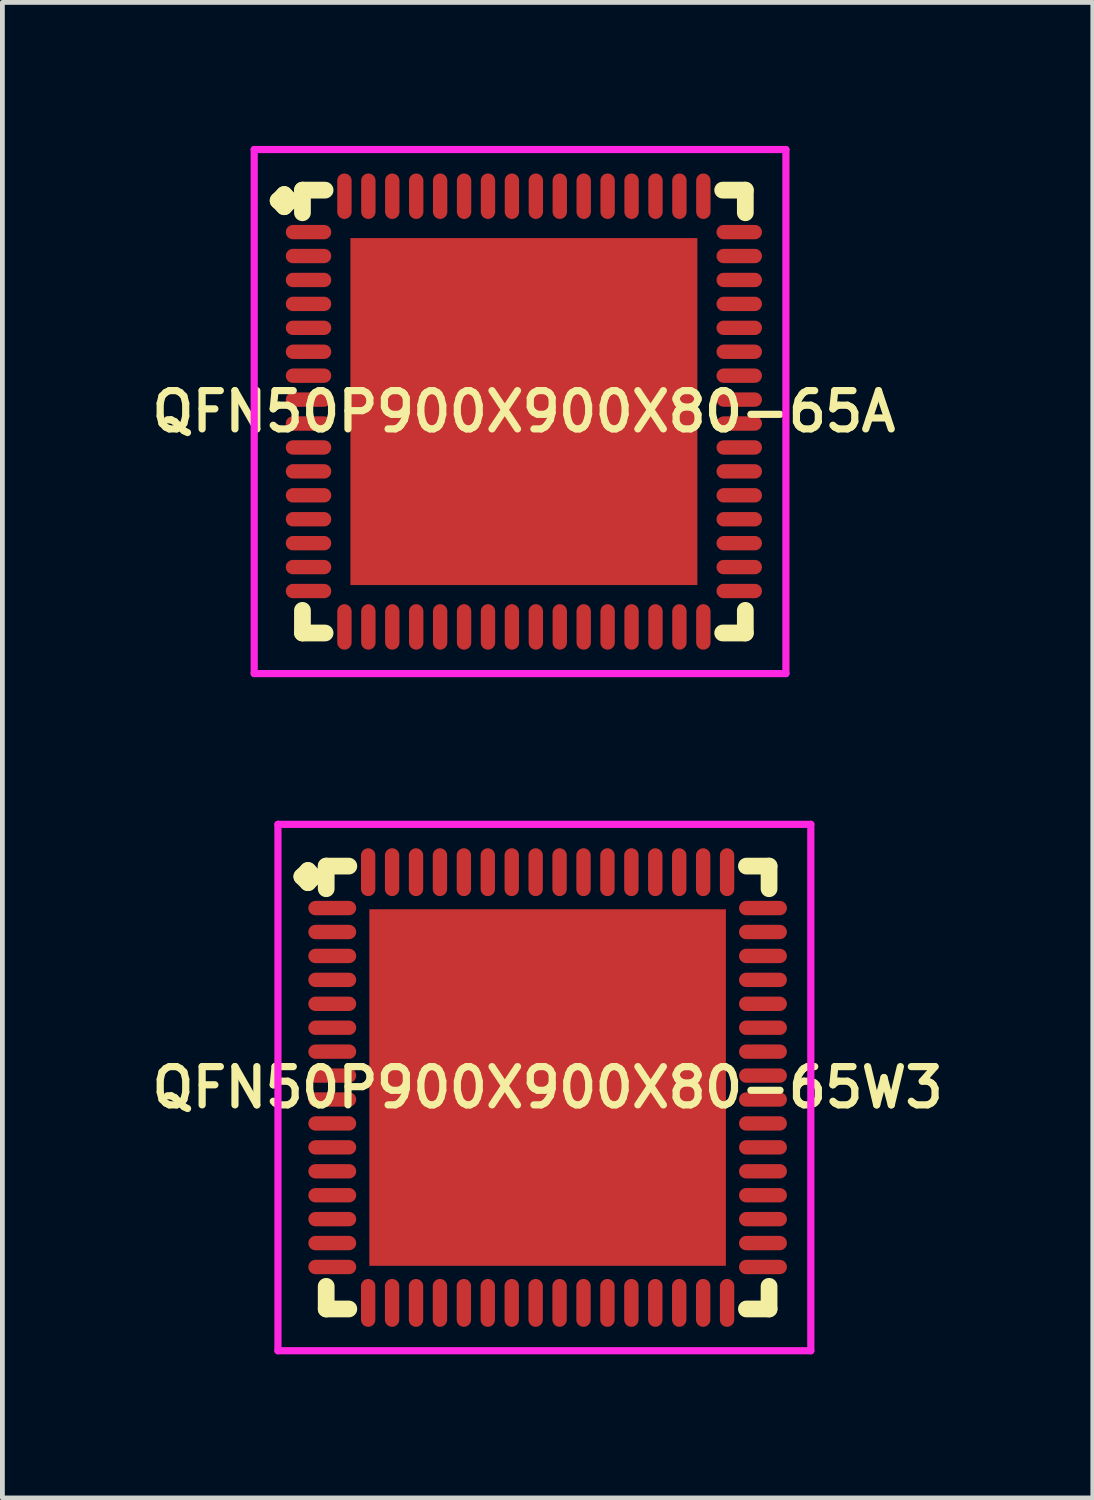
<source format=kicad_pcb>
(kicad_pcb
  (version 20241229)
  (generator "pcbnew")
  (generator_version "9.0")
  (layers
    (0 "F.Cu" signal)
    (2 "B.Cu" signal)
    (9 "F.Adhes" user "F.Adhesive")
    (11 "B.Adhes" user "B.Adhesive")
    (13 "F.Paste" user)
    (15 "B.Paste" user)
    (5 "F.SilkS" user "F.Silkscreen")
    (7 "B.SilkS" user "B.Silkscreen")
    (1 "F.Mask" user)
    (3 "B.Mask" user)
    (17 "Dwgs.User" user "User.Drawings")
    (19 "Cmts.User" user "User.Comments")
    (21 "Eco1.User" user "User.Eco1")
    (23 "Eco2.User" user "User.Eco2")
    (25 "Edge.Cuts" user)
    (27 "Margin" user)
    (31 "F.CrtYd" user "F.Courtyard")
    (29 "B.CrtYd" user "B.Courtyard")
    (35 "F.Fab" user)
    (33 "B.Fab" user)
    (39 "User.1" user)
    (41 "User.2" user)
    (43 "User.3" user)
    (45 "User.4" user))
  (footprint "QFN50P900X900X80-65W3"
    (layer "F.Cu")
    (at 8.393 19.675)
    (property "Reference" "QFN50P900X900X80-65W3" (at 0 0 0) (layer "F.SilkS") (effects (font (size 0.8 0.8) (thickness 0.15))))
    (attr smd)
    (fp_line (start -5.135 -4.408) (end -5.008 -4.535) (stroke (width 0.35) (type solid)) (layer "F.SilkS"))
    (fp_line (start -5.008 -4.535) (end -4.881 -4.408) (stroke (width 0.35) (type solid)) (layer "F.SilkS"))
    (fp_line (start -5.008 -4.281) (end -5.135 -4.408) (stroke (width 0.35) (type solid)) (layer "F.SilkS"))
    (fp_line (start -4.881 -4.408) (end -5.008 -4.281) (stroke (width 0.35) (type solid)) (layer "F.SilkS"))
    (fp_line (start -4.627 -4.627) (end -4.154 -4.627) (stroke (width 0.35) (type solid)) (layer "F.SilkS"))
    (fp_line (start -4.627 -4.154) (end -4.627 -4.627) (stroke (width 0.35) (type solid)) (layer "F.SilkS"))
    (fp_line (start -4.627 4.154) (end -4.627 4.627) (stroke (width 0.35) (type solid)) (layer "F.SilkS"))
    (fp_line (start -4.627 4.627) (end -4.154 4.627) (stroke (width 0.35) (type solid)) (layer "F.SilkS"))
    (fp_line (start 4.154 -4.627) (end 4.627 -4.627) (stroke (width 0.35) (type solid)) (layer "F.SilkS"))
    (fp_line (start 4.154 4.627) (end 4.627 4.627) (stroke (width 0.35) (type solid)) (layer "F.SilkS"))
    (fp_line (start 4.627 -4.627) (end 4.627 -4.154) (stroke (width 0.35) (type solid)) (layer "F.SilkS"))
    (fp_line (start 4.627 4.627) (end 4.627 4.154) (stroke (width 0.35) (type solid)) (layer "F.SilkS"))
    (fp_line (start -5.635 -5.5) (end 5.5 -5.5) (stroke (width 0.15) (type solid)) (layer "F.CrtYd"))
    (fp_line (start -5.635 5.5) (end -5.635 -5.5) (stroke (width 0.15) (type solid)) (layer "F.CrtYd"))
    (fp_line (start 5.5 -5.5) (end 5.5 5.5) (stroke (width 0.15) (type solid)) (layer "F.CrtYd"))
    (fp_line (start 5.5 5.5) (end -5.635 5.5) (stroke (width 0.15) (type solid)) (layer "F.CrtYd"))
    (pad "1" smd oval (at -4.5 -3.75) (size 1 0.3) (layers "F.Cu" "F.Mask" "F.Paste"))
    (pad "2" smd oval (at -4.5 -3.25) (size 1 0.3) (layers "F.Cu" "F.Mask" "F.Paste"))
    (pad "3" smd oval (at -4.5 -2.75) (size 1 0.3) (layers "F.Cu" "F.Mask" "F.Paste"))
    (pad "4" smd oval (at -4.5 -2.25) (size 1 0.3) (layers "F.Cu" "F.Mask" "F.Paste"))
    (pad "5" smd oval (at -4.5 -1.75) (size 1 0.3) (layers "F.Cu" "F.Mask" "F.Paste"))
    (pad "6" smd oval (at -4.5 -1.25) (size 1 0.3) (layers "F.Cu" "F.Mask" "F.Paste"))
    (pad "7" smd oval (at -4.5 -0.75) (size 1 0.3) (layers "F.Cu" "F.Mask" "F.Paste"))
    (pad "8" smd oval (at -4.5 -0.25) (size 1 0.3) (layers "F.Cu" "F.Mask" "F.Paste"))
    (pad "9" smd oval (at -4.5 0.25) (size 1 0.3) (layers "F.Cu" "F.Mask" "F.Paste"))
    (pad "10" smd oval (at -4.5 0.75) (size 1 0.3) (layers "F.Cu" "F.Mask" "F.Paste"))
    (pad "11" smd oval (at -4.5 1.25) (size 1 0.3) (layers "F.Cu" "F.Mask" "F.Paste"))
    (pad "12" smd oval (at -4.5 1.75) (size 1 0.3) (layers "F.Cu" "F.Mask" "F.Paste"))
    (pad "13" smd oval (at -4.5 2.25) (size 1 0.3) (layers "F.Cu" "F.Mask" "F.Paste"))
    (pad "14" smd oval (at -4.5 2.75) (size 1 0.3) (layers "F.Cu" "F.Mask" "F.Paste"))
    (pad "15" smd oval (at -4.5 3.25) (size 1 0.3) (layers "F.Cu" "F.Mask" "F.Paste"))
    (pad "16" smd oval (at -4.5 3.75) (size 1 0.3) (layers "F.Cu" "F.Mask" "F.Paste"))
    (pad "17" smd oval (at -3.75 4.5) (size 0.3 1) (layers "F.Cu" "F.Mask" "F.Paste"))
    (pad "18" smd oval (at -3.25 4.5) (size 0.3 1) (layers "F.Cu" "F.Mask" "F.Paste"))
    (pad "19" smd oval (at -2.75 4.5) (size 0.3 1) (layers "F.Cu" "F.Mask" "F.Paste"))
    (pad "20" smd oval (at -2.25 4.5) (size 0.3 1) (layers "F.Cu" "F.Mask" "F.Paste"))
    (pad "21" smd oval (at -1.75 4.5) (size 0.3 1) (layers "F.Cu" "F.Mask" "F.Paste"))
    (pad "22" smd oval (at -1.25 4.5) (size 0.3 1) (layers "F.Cu" "F.Mask" "F.Paste"))
    (pad "23" smd oval (at -0.75 4.5) (size 0.3 1) (layers "F.Cu" "F.Mask" "F.Paste"))
    (pad "24" smd oval (at -0.25 4.5) (size 0.3 1) (layers "F.Cu" "F.Mask" "F.Paste"))
    (pad "25" smd oval (at 0.25 4.5) (size 0.3 1) (layers "F.Cu" "F.Mask" "F.Paste"))
    (pad "26" smd oval (at 0.75 4.5) (size 0.3 1) (layers "F.Cu" "F.Mask" "F.Paste"))
    (pad "27" smd oval (at 1.25 4.5) (size 0.3 1) (layers "F.Cu" "F.Mask" "F.Paste"))
    (pad "28" smd oval (at 1.75 4.5) (size 0.3 1) (layers "F.Cu" "F.Mask" "F.Paste"))
    (pad "29" smd oval (at 2.25 4.5) (size 0.3 1) (layers "F.Cu" "F.Mask" "F.Paste"))
    (pad "30" smd oval (at 2.75 4.5) (size 0.3 1) (layers "F.Cu" "F.Mask" "F.Paste"))
    (pad "31" smd oval (at 3.25 4.5) (size 0.3 1) (layers "F.Cu" "F.Mask" "F.Paste"))
    (pad "32" smd oval (at 3.75 4.5) (size 0.3 1) (layers "F.Cu" "F.Mask" "F.Paste"))
    (pad "33" smd oval (at 4.5 3.75) (size 1 0.3) (layers "F.Cu" "F.Mask" "F.Paste"))
    (pad "34" smd oval (at 4.5 3.25) (size 1 0.3) (layers "F.Cu" "F.Mask" "F.Paste"))
    (pad "35" smd oval (at 4.5 2.75) (size 1 0.3) (layers "F.Cu" "F.Mask" "F.Paste"))
    (pad "36" smd oval (at 4.5 2.25) (size 1 0.3) (layers "F.Cu" "F.Mask" "F.Paste"))
    (pad "37" smd oval (at 4.5 1.75) (size 1 0.3) (layers "F.Cu" "F.Mask" "F.Paste"))
    (pad "38" smd oval (at 4.5 1.25) (size 1 0.3) (layers "F.Cu" "F.Mask" "F.Paste"))
    (pad "39" smd oval (at 4.5 0.75) (size 1 0.3) (layers "F.Cu" "F.Mask" "F.Paste"))
    (pad "40" smd oval (at 4.5 0.25) (size 1 0.3) (layers "F.Cu" "F.Mask" "F.Paste"))
    (pad "41" smd oval (at 4.5 -0.25) (size 1 0.3) (layers "F.Cu" "F.Mask" "F.Paste"))
    (pad "42" smd oval (at 4.5 -0.75) (size 1 0.3) (layers "F.Cu" "F.Mask" "F.Paste"))
    (pad "43" smd oval (at 4.5 -1.25) (size 1 0.3) (layers "F.Cu" "F.Mask" "F.Paste"))
    (pad "44" smd oval (at 4.5 -1.75) (size 1 0.3) (layers "F.Cu" "F.Mask" "F.Paste"))
    (pad "45" smd oval (at 4.5 -2.25) (size 1 0.3) (layers "F.Cu" "F.Mask" "F.Paste"))
    (pad "46" smd oval (at 4.5 -2.75) (size 1 0.3) (layers "F.Cu" "F.Mask" "F.Paste"))
    (pad "47" smd oval (at 4.5 -3.25) (size 1 0.3) (layers "F.Cu" "F.Mask" "F.Paste"))
    (pad "48" smd oval (at 4.5 -3.75) (size 1 0.3) (layers "F.Cu" "F.Mask" "F.Paste"))
    (pad "49" smd oval (at 3.75 -4.5) (size 0.3 1) (layers "F.Cu" "F.Mask" "F.Paste"))
    (pad "50" smd oval (at 3.25 -4.5) (size 0.3 1) (layers "F.Cu" "F.Mask" "F.Paste"))
    (pad "51" smd oval (at 2.75 -4.5) (size 0.3 1) (layers "F.Cu" "F.Mask" "F.Paste"))
    (pad "52" smd oval (at 2.25 -4.5) (size 0.3 1) (layers "F.Cu" "F.Mask" "F.Paste"))
    (pad "53" smd oval (at 1.75 -4.5) (size 0.3 1) (layers "F.Cu" "F.Mask" "F.Paste"))
    (pad "54" smd oval (at 1.25 -4.5) (size 0.3 1) (layers "F.Cu" "F.Mask" "F.Paste"))
    (pad "55" smd oval (at 0.75 -4.5) (size 0.3 1) (layers "F.Cu" "F.Mask" "F.Paste"))
    (pad "56" smd oval (at 0.25 -4.5) (size 0.3 1) (layers "F.Cu" "F.Mask" "F.Paste"))
    (pad "57" smd oval (at -0.25 -4.5) (size 0.3 1) (layers "F.Cu" "F.Mask" "F.Paste"))
    (pad "58" smd oval (at -0.75 -4.5) (size 0.3 1) (layers "F.Cu" "F.Mask" "F.Paste"))
    (pad "59" smd oval (at -1.25 -4.5) (size 0.3 1) (layers "F.Cu" "F.Mask" "F.Paste"))
    (pad "60" smd oval (at -1.75 -4.5) (size 0.3 1) (layers "F.Cu" "F.Mask" "F.Paste"))
    (pad "61" smd oval (at -2.25 -4.5) (size 0.3 1) (layers "F.Cu" "F.Mask" "F.Paste"))
    (pad "62" smd oval (at -2.75 -4.5) (size 0.3 1) (layers "F.Cu" "F.Mask" "F.Paste"))
    (pad "63" smd oval (at -3.25 -4.5) (size 0.3 1) (layers "F.Cu" "F.Mask" "F.Paste"))
    (pad "64" smd oval (at -3.75 -4.5) (size 0.3 1) (layers "F.Cu" "F.Mask" "F.Paste"))
    (pad "65" smd rect (at 0 0) (size 7.45 7.45) (layers "F.Cu" "F.Mask" "F.Paste")))
  (footprint "QFN50P900X900X80-65A"
    (layer "F.Cu")
    (at 7.897 5.55)
    (property "Reference" "QFN50P900X900X80-65A" (at 0 0 0) (layer "F.SilkS") (effects (font (size 0.8 0.8) (thickness 0.15))))
    (attr through_hole)
    (fp_line (start -5.135 -4.408) (end -5.008 -4.535) (stroke (width 0.35) (type solid)) (layer "F.SilkS"))
    (fp_line (start -5.008 -4.535) (end -4.881 -4.408) (stroke (width 0.35) (type solid)) (layer "F.SilkS"))
    (fp_line (start -5.008 -4.281) (end -5.135 -4.408) (stroke (width 0.35) (type solid)) (layer "F.SilkS"))
    (fp_line (start -4.881 -4.408) (end -5.008 -4.281) (stroke (width 0.35) (type solid)) (layer "F.SilkS"))
    (fp_line (start -4.627 -4.627) (end -4.154 -4.627) (stroke (width 0.35) (type solid)) (layer "F.SilkS"))
    (fp_line (start -4.627 -4.154) (end -4.627 -4.627) (stroke (width 0.35) (type solid)) (layer "F.SilkS"))
    (fp_line (start -4.627 4.154) (end -4.627 4.627) (stroke (width 0.35) (type solid)) (layer "F.SilkS"))
    (fp_line (start -4.627 4.627) (end -4.154 4.627) (stroke (width 0.35) (type solid)) (layer "F.SilkS"))
    (fp_line (start 4.154 -4.627) (end 4.627 -4.627) (stroke (width 0.35) (type solid)) (layer "F.SilkS"))
    (fp_line (start 4.154 4.627) (end 4.627 4.627) (stroke (width 0.35) (type solid)) (layer "F.SilkS"))
    (fp_line (start 4.627 -4.627) (end 4.627 -4.154) (stroke (width 0.35) (type solid)) (layer "F.SilkS"))
    (fp_line (start 4.627 4.627) (end 4.627 4.154) (stroke (width 0.35) (type solid)) (layer "F.SilkS"))
    (fp_line (start -5.635 -5.475) (end 5.475 -5.475) (stroke (width 0.15) (type solid)) (layer "F.CrtYd"))
    (fp_line (start -5.635 5.475) (end -5.635 -5.475) (stroke (width 0.15) (type solid)) (layer "F.CrtYd"))
    (fp_line (start 5.475 -5.475) (end 5.475 5.475) (stroke (width 0.15) (type solid)) (layer "F.CrtYd"))
    (fp_line (start 5.475 5.475) (end -5.635 5.475) (stroke (width 0.15) (type solid)) (layer "F.CrtYd"))
    (pad "1" smd oval (at -4.5 -3.75) (size 0.95 0.3) (layers "F.Cu" "F.Mask" "F.Paste"))
    (pad "2" smd oval (at -4.5 -3.25) (size 0.95 0.3) (layers "F.Cu" "F.Mask" "F.Paste"))
    (pad "3" smd oval (at -4.5 -2.75) (size 0.95 0.3) (layers "F.Cu" "F.Mask" "F.Paste"))
    (pad "4" smd oval (at -4.5 -2.25) (size 0.95 0.3) (layers "F.Cu" "F.Mask" "F.Paste"))
    (pad "5" smd oval (at -4.5 -1.75) (size 0.95 0.3) (layers "F.Cu" "F.Mask" "F.Paste"))
    (pad "6" smd oval (at -4.5 -1.25) (size 0.95 0.3) (layers "F.Cu" "F.Mask" "F.Paste"))
    (pad "7" smd oval (at -4.5 -0.75) (size 0.95 0.3) (layers "F.Cu" "F.Mask" "F.Paste"))
    (pad "8" smd oval (at -4.5 -0.25) (size 0.95 0.3) (layers "F.Cu" "F.Mask" "F.Paste"))
    (pad "9" smd oval (at -4.5 0.25) (size 0.95 0.3) (layers "F.Cu" "F.Mask" "F.Paste"))
    (pad "10" smd oval (at -4.5 0.75) (size 0.95 0.3) (layers "F.Cu" "F.Mask" "F.Paste"))
    (pad "11" smd oval (at -4.5 1.25) (size 0.95 0.3) (layers "F.Cu" "F.Mask" "F.Paste"))
    (pad "12" smd oval (at -4.5 1.75) (size 0.95 0.3) (layers "F.Cu" "F.Mask" "F.Paste"))
    (pad "13" smd oval (at -4.5 2.25) (size 0.95 0.3) (layers "F.Cu" "F.Mask" "F.Paste"))
    (pad "14" smd oval (at -4.5 2.75) (size 0.95 0.3) (layers "F.Cu" "F.Mask" "F.Paste"))
    (pad "15" smd oval (at -4.5 3.25) (size 0.95 0.3) (layers "F.Cu" "F.Mask" "F.Paste"))
    (pad "16" smd oval (at -4.5 3.75) (size 0.95 0.3) (layers "F.Cu" "F.Mask" "F.Paste"))
    (pad "17" smd oval (at -3.75 4.5) (size 0.3 0.95) (layers "F.Cu" "F.Mask" "F.Paste"))
    (pad "18" smd oval (at -3.25 4.5) (size 0.3 0.95) (layers "F.Cu" "F.Mask" "F.Paste"))
    (pad "19" smd oval (at -2.75 4.5) (size 0.3 0.95) (layers "F.Cu" "F.Mask" "F.Paste"))
    (pad "20" smd oval (at -2.25 4.5) (size 0.3 0.95) (layers "F.Cu" "F.Mask" "F.Paste"))
    (pad "21" smd oval (at -1.75 4.5) (size 0.3 0.95) (layers "F.Cu" "F.Mask" "F.Paste"))
    (pad "22" smd oval (at -1.25 4.5) (size 0.3 0.95) (layers "F.Cu" "F.Mask" "F.Paste"))
    (pad "23" smd oval (at -0.75 4.5) (size 0.3 0.95) (layers "F.Cu" "F.Mask" "F.Paste"))
    (pad "24" smd oval (at -0.25 4.5) (size 0.3 0.95) (layers "F.Cu" "F.Mask" "F.Paste"))
    (pad "25" smd oval (at 0.25 4.5) (size 0.3 0.95) (layers "F.Cu" "F.Mask" "F.Paste"))
    (pad "26" smd oval (at 0.75 4.5) (size 0.3 0.95) (layers "F.Cu" "F.Mask" "F.Paste"))
    (pad "27" smd oval (at 1.25 4.5) (size 0.3 0.95) (layers "F.Cu" "F.Mask" "F.Paste"))
    (pad "28" smd oval (at 1.75 4.5) (size 0.3 0.95) (layers "F.Cu" "F.Mask" "F.Paste"))
    (pad "29" smd oval (at 2.25 4.5) (size 0.3 0.95) (layers "F.Cu" "F.Mask" "F.Paste"))
    (pad "30" smd oval (at 2.75 4.5) (size 0.3 0.95) (layers "F.Cu" "F.Mask" "F.Paste"))
    (pad "31" smd oval (at 3.25 4.5) (size 0.3 0.95) (layers "F.Cu" "F.Mask" "F.Paste"))
    (pad "32" smd oval (at 3.75 4.5) (size 0.3 0.95) (layers "F.Cu" "F.Mask" "F.Paste"))
    (pad "33" smd oval (at 4.5 3.75) (size 0.95 0.3) (layers "F.Cu" "F.Mask" "F.Paste"))
    (pad "34" smd oval (at 4.5 3.25) (size 0.95 0.3) (layers "F.Cu" "F.Mask" "F.Paste"))
    (pad "35" smd oval (at 4.5 2.75) (size 0.95 0.3) (layers "F.Cu" "F.Mask" "F.Paste"))
    (pad "36" smd oval (at 4.5 2.25) (size 0.95 0.3) (layers "F.Cu" "F.Mask" "F.Paste"))
    (pad "37" smd oval (at 4.5 1.75) (size 0.95 0.3) (layers "F.Cu" "F.Mask" "F.Paste"))
    (pad "38" smd oval (at 4.5 1.25) (size 0.95 0.3) (layers "F.Cu" "F.Mask" "F.Paste"))
    (pad "39" smd oval (at 4.5 0.75) (size 0.95 0.3) (layers "F.Cu" "F.Mask" "F.Paste"))
    (pad "40" smd oval (at 4.5 0.25) (size 0.95 0.3) (layers "F.Cu" "F.Mask" "F.Paste"))
    (pad "41" smd oval (at 4.5 -0.25) (size 0.95 0.3) (layers "F.Cu" "F.Mask" "F.Paste"))
    (pad "42" smd oval (at 4.5 -0.75) (size 0.95 0.3) (layers "F.Cu" "F.Mask" "F.Paste"))
    (pad "43" smd oval (at 4.5 -1.25) (size 0.95 0.3) (layers "F.Cu" "F.Mask" "F.Paste"))
    (pad "44" smd oval (at 4.5 -1.75) (size 0.95 0.3) (layers "F.Cu" "F.Mask" "F.Paste"))
    (pad "45" smd oval (at 4.5 -2.25) (size 0.95 0.3) (layers "F.Cu" "F.Mask" "F.Paste"))
    (pad "46" smd oval (at 4.5 -2.75) (size 0.95 0.3) (layers "F.Cu" "F.Mask" "F.Paste"))
    (pad "47" smd oval (at 4.5 -3.25) (size 0.95 0.3) (layers "F.Cu" "F.Mask" "F.Paste"))
    (pad "48" smd oval (at 4.5 -3.75) (size 0.95 0.3) (layers "F.Cu" "F.Mask" "F.Paste"))
    (pad "49" smd oval (at 3.75 -4.5) (size 0.3 0.95) (layers "F.Cu" "F.Mask" "F.Paste"))
    (pad "50" smd oval (at 3.25 -4.5) (size 0.3 0.95) (layers "F.Cu" "F.Mask" "F.Paste"))
    (pad "51" smd oval (at 2.75 -4.5) (size 0.3 0.95) (layers "F.Cu" "F.Mask" "F.Paste"))
    (pad "52" smd oval (at 2.25 -4.5) (size 0.3 0.95) (layers "F.Cu" "F.Mask" "F.Paste"))
    (pad "53" smd oval (at 1.75 -4.5) (size 0.3 0.95) (layers "F.Cu" "F.Mask" "F.Paste"))
    (pad "54" smd oval (at 1.25 -4.5) (size 0.3 0.95) (layers "F.Cu" "F.Mask" "F.Paste"))
    (pad "55" smd oval (at 0.75 -4.5) (size 0.3 0.95) (layers "F.Cu" "F.Mask" "F.Paste"))
    (pad "56" smd oval (at 0.25 -4.5) (size 0.3 0.95) (layers "F.Cu" "F.Mask" "F.Paste"))
    (pad "57" smd oval (at -0.25 -4.5) (size 0.3 0.95) (layers "F.Cu" "F.Mask" "F.Paste"))
    (pad "58" smd oval (at -0.75 -4.5) (size 0.3 0.95) (layers "F.Cu" "F.Mask" "F.Paste"))
    (pad "59" smd oval (at -1.25 -4.5) (size 0.3 0.95) (layers "F.Cu" "F.Mask" "F.Paste"))
    (pad "60" smd oval (at -1.75 -4.5) (size 0.3 0.95) (layers "F.Cu" "F.Mask" "F.Paste"))
    (pad "61" smd oval (at -2.25 -4.5) (size 0.3 0.95) (layers "F.Cu" "F.Mask" "F.Paste"))
    (pad "62" smd oval (at -2.75 -4.5) (size 0.3 0.95) (layers "F.Cu" "F.Mask" "F.Paste"))
    (pad "63" smd oval (at -3.25 -4.5) (size 0.3 0.95) (layers "F.Cu" "F.Mask" "F.Paste"))
    (pad "64" smd oval (at -3.75 -4.5) (size 0.3 0.95) (layers "F.Cu" "F.Mask" "F.Paste"))
    (pad "65" smd rect (at 0 0) (size 7.25 7.25) (layers "F.Cu" "F.Mask" "F.Paste")))
  (gr_rect
    (start -3 -3)
    (end 19.785 28.25)
    (stroke (width 0.1) (type default))
    (fill no)
    (layer "Edge.Cuts")))
</source>
